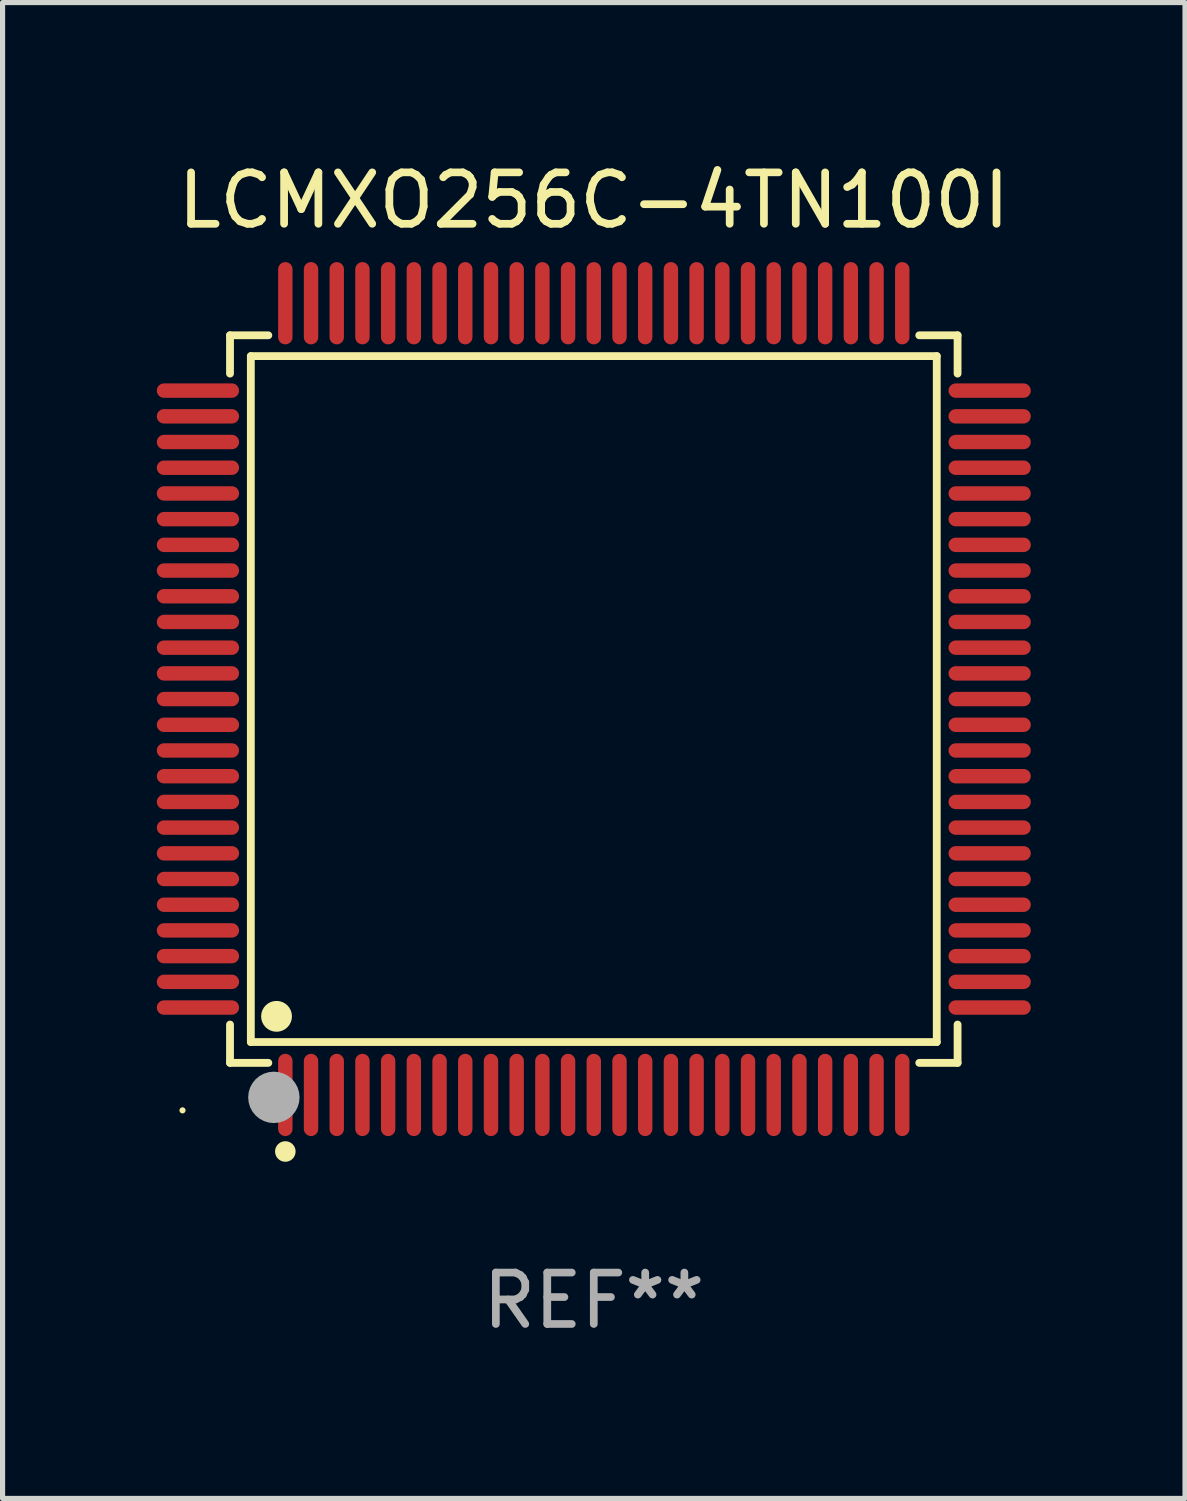
<source format=kicad_pcb>
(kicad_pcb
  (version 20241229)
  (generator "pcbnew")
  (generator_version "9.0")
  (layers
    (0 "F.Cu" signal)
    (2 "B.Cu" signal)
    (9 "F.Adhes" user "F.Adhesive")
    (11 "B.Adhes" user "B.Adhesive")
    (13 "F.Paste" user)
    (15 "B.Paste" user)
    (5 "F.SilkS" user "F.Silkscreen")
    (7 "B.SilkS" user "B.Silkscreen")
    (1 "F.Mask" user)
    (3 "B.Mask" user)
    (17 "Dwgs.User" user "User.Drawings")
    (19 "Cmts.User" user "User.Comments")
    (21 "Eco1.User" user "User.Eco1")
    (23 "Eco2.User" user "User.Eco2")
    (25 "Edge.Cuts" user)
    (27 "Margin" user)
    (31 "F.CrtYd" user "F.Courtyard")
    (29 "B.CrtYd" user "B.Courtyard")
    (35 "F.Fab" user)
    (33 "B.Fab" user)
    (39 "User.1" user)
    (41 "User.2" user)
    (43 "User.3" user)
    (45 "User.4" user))
  (footprint "LCMXO256C-4TN100I"
    (layer "F.Cu")
    (at 8.5 10.548)
    (property "Reference" "LCMXO256C-4TN100I" (at 0 -9.7 0) (layer "F.SilkS") (effects (font (size 1 1) (thickness 0.15))))
    (attr through_hole)
    (fp_line (start -7.076 -7.076) (end -6.331 -7.076) (stroke (width 0.152) (type solid)) (layer "F.SilkS"))
    (fp_line (start -7.076 -6.331) (end -7.076 -7.076) (stroke (width 0.152) (type solid)) (layer "F.SilkS"))
    (fp_line (start -7.076 6.331) (end -7.076 7.076) (stroke (width 0.152) (type solid)) (layer "F.SilkS"))
    (fp_line (start -7.076 7.076) (end -6.331 7.076) (stroke (width 0.152) (type solid)) (layer "F.SilkS"))
    (fp_line (start -6.671 -6.671) (end 6.671 -6.671) (stroke (width 0.152) (type solid)) (layer "F.SilkS"))
    (fp_line (start -6.671 6.671) (end -6.671 -6.671) (stroke (width 0.152) (type solid)) (layer "F.SilkS"))
    (fp_line (start 6.671 -6.671) (end 6.671 6.671) (stroke (width 0.152) (type solid)) (layer "F.SilkS"))
    (fp_line (start 6.671 6.671) (end -6.671 6.671) (stroke (width 0.152) (type solid)) (layer "F.SilkS"))
    (fp_line (start 7.076 -7.076) (end 6.331 -7.076) (stroke (width 0.152) (type solid)) (layer "F.SilkS"))
    (fp_line (start 7.076 -6.331) (end 7.076 -7.076) (stroke (width 0.152) (type solid)) (layer "F.SilkS"))
    (fp_line (start 7.076 6.331) (end 7.076 7.076) (stroke (width 0.152) (type solid)) (layer "F.SilkS"))
    (fp_line (start 7.076 7.076) (end 6.331 7.076) (stroke (width 0.152) (type solid)) (layer "F.SilkS"))
    (fp_circle (center -8 8) (end -7.97 8) (stroke (width 0.06) (type solid)) (fill no) (layer "F.SilkS"))
    (fp_circle (center -6.171 6.171) (end -6.021 6.171) (stroke (width 0.3) (type solid)) (fill no) (layer "F.SilkS"))
    (fp_circle (center -6 8.8) (end -5.9 8.8) (stroke (width 0.2) (type solid)) (fill no) (layer "F.SilkS"))
    (fp_circle (center -6.223 7.747) (end -5.973 7.747) (stroke (width 0.5) (type solid)) (fill no) (layer "F.Fab"))
    (fp_text user "REF**" (at 0 11.7 0) (layer "F.Fab") (effects (font (size 1 1) (thickness 0.15))))
    (pad "1" smd oval (at -6 7.7) (size 0.28 1.6) (layers "F.Cu" "F.Mask" "F.Paste"))
    (pad "2" smd oval (at -5.5 7.7) (size 0.28 1.6) (layers "F.Cu" "F.Mask" "F.Paste"))
    (pad "3" smd oval (at -5 7.7) (size 0.28 1.6) (layers "F.Cu" "F.Mask" "F.Paste"))
    (pad "4" smd oval (at -4.5 7.7) (size 0.28 1.6) (layers "F.Cu" "F.Mask" "F.Paste"))
    (pad "5" smd oval (at -4 7.7) (size 0.28 1.6) (layers "F.Cu" "F.Mask" "F.Paste"))
    (pad "6" smd oval (at -3.5 7.7) (size 0.28 1.6) (layers "F.Cu" "F.Mask" "F.Paste"))
    (pad "7" smd oval (at -3 7.7) (size 0.28 1.6) (layers "F.Cu" "F.Mask" "F.Paste"))
    (pad "8" smd oval (at -2.5 7.7) (size 0.28 1.6) (layers "F.Cu" "F.Mask" "F.Paste"))
    (pad "9" smd oval (at -2 7.7) (size 0.28 1.6) (layers "F.Cu" "F.Mask" "F.Paste"))
    (pad "10" smd oval (at -1.5 7.7) (size 0.28 1.6) (layers "F.Cu" "F.Mask" "F.Paste"))
    (pad "11" smd oval (at -1 7.7) (size 0.28 1.6) (layers "F.Cu" "F.Mask" "F.Paste"))
    (pad "12" smd oval (at -0.5 7.7) (size 0.28 1.6) (layers "F.Cu" "F.Mask" "F.Paste"))
    (pad "13" smd oval (at 0 7.7) (size 0.28 1.6) (layers "F.Cu" "F.Mask" "F.Paste"))
    (pad "14" smd oval (at 0.5 7.7) (size 0.28 1.6) (layers "F.Cu" "F.Mask" "F.Paste"))
    (pad "15" smd oval (at 1 7.7) (size 0.28 1.6) (layers "F.Cu" "F.Mask" "F.Paste"))
    (pad "16" smd oval (at 1.5 7.7) (size 0.28 1.6) (layers "F.Cu" "F.Mask" "F.Paste"))
    (pad "17" smd oval (at 2 7.7) (size 0.28 1.6) (layers "F.Cu" "F.Mask" "F.Paste"))
    (pad "18" smd oval (at 2.5 7.7) (size 0.28 1.6) (layers "F.Cu" "F.Mask" "F.Paste"))
    (pad "19" smd oval (at 3 7.7) (size 0.28 1.6) (layers "F.Cu" "F.Mask" "F.Paste"))
    (pad "20" smd oval (at 3.5 7.7) (size 0.28 1.6) (layers "F.Cu" "F.Mask" "F.Paste"))
    (pad "21" smd oval (at 4 7.7) (size 0.28 1.6) (layers "F.Cu" "F.Mask" "F.Paste"))
    (pad "22" smd oval (at 4.5 7.7) (size 0.28 1.6) (layers "F.Cu" "F.Mask" "F.Paste"))
    (pad "23" smd oval (at 5 7.7) (size 0.28 1.6) (layers "F.Cu" "F.Mask" "F.Paste"))
    (pad "24" smd oval (at 5.5 7.7) (size 0.28 1.6) (layers "F.Cu" "F.Mask" "F.Paste"))
    (pad "25" smd oval (at 6 7.7) (size 0.28 1.6) (layers "F.Cu" "F.Mask" "F.Paste"))
    (pad "26" smd oval (at 7.7 6) (size 1.6 0.28) (layers "F.Cu" "F.Mask" "F.Paste"))
    (pad "27" smd oval (at 7.7 5.5) (size 1.6 0.28) (layers "F.Cu" "F.Mask" "F.Paste"))
    (pad "28" smd oval (at 7.7 5) (size 1.6 0.28) (layers "F.Cu" "F.Mask" "F.Paste"))
    (pad "29" smd oval (at 7.7 4.5) (size 1.6 0.28) (layers "F.Cu" "F.Mask" "F.Paste"))
    (pad "30" smd oval (at 7.7 4) (size 1.6 0.28) (layers "F.Cu" "F.Mask" "F.Paste"))
    (pad "31" smd oval (at 7.7 3.5) (size 1.6 0.28) (layers "F.Cu" "F.Mask" "F.Paste"))
    (pad "32" smd oval (at 7.7 3) (size 1.6 0.28) (layers "F.Cu" "F.Mask" "F.Paste"))
    (pad "33" smd oval (at 7.7 2.5) (size 1.6 0.28) (layers "F.Cu" "F.Mask" "F.Paste"))
    (pad "34" smd oval (at 7.7 2) (size 1.6 0.28) (layers "F.Cu" "F.Mask" "F.Paste"))
    (pad "35" smd oval (at 7.7 1.5) (size 1.6 0.28) (layers "F.Cu" "F.Mask" "F.Paste"))
    (pad "36" smd oval (at 7.7 1) (size 1.6 0.28) (layers "F.Cu" "F.Mask" "F.Paste"))
    (pad "37" smd oval (at 7.7 0.5) (size 1.6 0.28) (layers "F.Cu" "F.Mask" "F.Paste"))
    (pad "38" smd oval (at 7.7 0) (size 1.6 0.28) (layers "F.Cu" "F.Mask" "F.Paste"))
    (pad "39" smd oval (at 7.7 -0.5) (size 1.6 0.28) (layers "F.Cu" "F.Mask" "F.Paste"))
    (pad "40" smd oval (at 7.7 -1) (size 1.6 0.28) (layers "F.Cu" "F.Mask" "F.Paste"))
    (pad "41" smd oval (at 7.7 -1.5) (size 1.6 0.28) (layers "F.Cu" "F.Mask" "F.Paste"))
    (pad "42" smd oval (at 7.7 -2) (size 1.6 0.28) (layers "F.Cu" "F.Mask" "F.Paste"))
    (pad "43" smd oval (at 7.7 -2.5) (size 1.6 0.28) (layers "F.Cu" "F.Mask" "F.Paste"))
    (pad "44" smd oval (at 7.7 -3) (size 1.6 0.28) (layers "F.Cu" "F.Mask" "F.Paste"))
    (pad "45" smd oval (at 7.7 -3.5) (size 1.6 0.28) (layers "F.Cu" "F.Mask" "F.Paste"))
    (pad "46" smd oval (at 7.7 -4) (size 1.6 0.28) (layers "F.Cu" "F.Mask" "F.Paste"))
    (pad "47" smd oval (at 7.7 -4.5) (size 1.6 0.28) (layers "F.Cu" "F.Mask" "F.Paste"))
    (pad "48" smd oval (at 7.7 -5) (size 1.6 0.28) (layers "F.Cu" "F.Mask" "F.Paste"))
    (pad "49" smd oval (at 7.7 -5.5) (size 1.6 0.28) (layers "F.Cu" "F.Mask" "F.Paste"))
    (pad "50" smd oval (at 7.7 -6) (size 1.6 0.28) (layers "F.Cu" "F.Mask" "F.Paste"))
    (pad "51" smd oval (at 6 -7.7) (size 0.28 1.6) (layers "F.Cu" "F.Mask" "F.Paste"))
    (pad "52" smd oval (at 5.5 -7.7) (size 0.28 1.6) (layers "F.Cu" "F.Mask" "F.Paste"))
    (pad "53" smd oval (at 5 -7.7) (size 0.28 1.6) (layers "F.Cu" "F.Mask" "F.Paste"))
    (pad "54" smd oval (at 4.5 -7.7) (size 0.28 1.6) (layers "F.Cu" "F.Mask" "F.Paste"))
    (pad "55" smd oval (at 4 -7.7) (size 0.28 1.6) (layers "F.Cu" "F.Mask" "F.Paste"))
    (pad "56" smd oval (at 3.5 -7.7) (size 0.28 1.6) (layers "F.Cu" "F.Mask" "F.Paste"))
    (pad "57" smd oval (at 3 -7.7) (size 0.28 1.6) (layers "F.Cu" "F.Mask" "F.Paste"))
    (pad "58" smd oval (at 2.5 -7.7) (size 0.28 1.6) (layers "F.Cu" "F.Mask" "F.Paste"))
    (pad "59" smd oval (at 2 -7.7) (size 0.28 1.6) (layers "F.Cu" "F.Mask" "F.Paste"))
    (pad "60" smd oval (at 1.5 -7.7) (size 0.28 1.6) (layers "F.Cu" "F.Mask" "F.Paste"))
    (pad "61" smd oval (at 1 -7.7) (size 0.28 1.6) (layers "F.Cu" "F.Mask" "F.Paste"))
    (pad "62" smd oval (at 0.5 -7.7) (size 0.28 1.6) (layers "F.Cu" "F.Mask" "F.Paste"))
    (pad "63" smd oval (at 0 -7.7) (size 0.28 1.6) (layers "F.Cu" "F.Mask" "F.Paste"))
    (pad "64" smd oval (at -0.5 -7.7) (size 0.28 1.6) (layers "F.Cu" "F.Mask" "F.Paste"))
    (pad "65" smd oval (at -1 -7.7) (size 0.28 1.6) (layers "F.Cu" "F.Mask" "F.Paste"))
    (pad "66" smd oval (at -1.5 -7.7) (size 0.28 1.6) (layers "F.Cu" "F.Mask" "F.Paste"))
    (pad "67" smd oval (at -2 -7.7) (size 0.28 1.6) (layers "F.Cu" "F.Mask" "F.Paste"))
    (pad "68" smd oval (at -2.5 -7.7) (size 0.28 1.6) (layers "F.Cu" "F.Mask" "F.Paste"))
    (pad "69" smd oval (at -3 -7.7) (size 0.28 1.6) (layers "F.Cu" "F.Mask" "F.Paste"))
    (pad "70" smd oval (at -3.5 -7.7) (size 0.28 1.6) (layers "F.Cu" "F.Mask" "F.Paste"))
    (pad "71" smd oval (at -4 -7.7) (size 0.28 1.6) (layers "F.Cu" "F.Mask" "F.Paste"))
    (pad "72" smd oval (at -4.5 -7.7) (size 0.28 1.6) (layers "F.Cu" "F.Mask" "F.Paste"))
    (pad "73" smd oval (at -5 -7.7) (size 0.28 1.6) (layers "F.Cu" "F.Mask" "F.Paste"))
    (pad "74" smd oval (at -5.5 -7.7) (size 0.28 1.6) (layers "F.Cu" "F.Mask" "F.Paste"))
    (pad "75" smd oval (at -6 -7.7) (size 0.28 1.6) (layers "F.Cu" "F.Mask" "F.Paste"))
    (pad "76" smd oval (at -7.7 -6) (size 1.6 0.28) (layers "F.Cu" "F.Mask" "F.Paste"))
    (pad "77" smd oval (at -7.7 -5.5) (size 1.6 0.28) (layers "F.Cu" "F.Mask" "F.Paste"))
    (pad "78" smd oval (at -7.7 -5) (size 1.6 0.28) (layers "F.Cu" "F.Mask" "F.Paste"))
    (pad "79" smd oval (at -7.7 -4.5) (size 1.6 0.28) (layers "F.Cu" "F.Mask" "F.Paste"))
    (pad "80" smd oval (at -7.7 -4) (size 1.6 0.28) (layers "F.Cu" "F.Mask" "F.Paste"))
    (pad "81" smd oval (at -7.7 -3.5) (size 1.6 0.28) (layers "F.Cu" "F.Mask" "F.Paste"))
    (pad "82" smd oval (at -7.7 -3) (size 1.6 0.28) (layers "F.Cu" "F.Mask" "F.Paste"))
    (pad "83" smd oval (at -7.7 -2.5) (size 1.6 0.28) (layers "F.Cu" "F.Mask" "F.Paste"))
    (pad "84" smd oval (at -7.7 -2) (size 1.6 0.28) (layers "F.Cu" "F.Mask" "F.Paste"))
    (pad "85" smd oval (at -7.7 -1.5) (size 1.6 0.28) (layers "F.Cu" "F.Mask" "F.Paste"))
    (pad "86" smd oval (at -7.7 -1) (size 1.6 0.28) (layers "F.Cu" "F.Mask" "F.Paste"))
    (pad "87" smd oval (at -7.7 -0.5) (size 1.6 0.28) (layers "F.Cu" "F.Mask" "F.Paste"))
    (pad "88" smd oval (at -7.7 0) (size 1.6 0.28) (layers "F.Cu" "F.Mask" "F.Paste"))
    (pad "89" smd oval (at -7.7 0.5) (size 1.6 0.28) (layers "F.Cu" "F.Mask" "F.Paste"))
    (pad "90" smd oval (at -7.7 1) (size 1.6 0.28) (layers "F.Cu" "F.Mask" "F.Paste"))
    (pad "91" smd oval (at -7.7 1.5) (size 1.6 0.28) (layers "F.Cu" "F.Mask" "F.Paste"))
    (pad "92" smd oval (at -7.7 2) (size 1.6 0.28) (layers "F.Cu" "F.Mask" "F.Paste"))
    (pad "93" smd oval (at -7.7 2.5) (size 1.6 0.28) (layers "F.Cu" "F.Mask" "F.Paste"))
    (pad "94" smd oval (at -7.7 3) (size 1.6 0.28) (layers "F.Cu" "F.Mask" "F.Paste"))
    (pad "95" smd oval (at -7.7 3.5) (size 1.6 0.28) (layers "F.Cu" "F.Mask" "F.Paste"))
    (pad "96" smd oval (at -7.7 4) (size 1.6 0.28) (layers "F.Cu" "F.Mask" "F.Paste"))
    (pad "97" smd oval (at -7.7 4.5) (size 1.6 0.28) (layers "F.Cu" "F.Mask" "F.Paste"))
    (pad "98" smd oval (at -7.7 5) (size 1.6 0.28) (layers "F.Cu" "F.Mask" "F.Paste"))
    (pad "99" smd oval (at -7.7 5.5) (size 1.6 0.28) (layers "F.Cu" "F.Mask" "F.Paste"))
    (pad "100" smd oval (at -7.7 6) (size 1.6 0.28) (layers "F.Cu" "F.Mask" "F.Paste")))
  (gr_rect
    (start -3 -3)
    (end 20 26.097)
    (stroke (width 0.1) (type default))
    (fill no)
    (layer "Edge.Cuts")))
</source>
